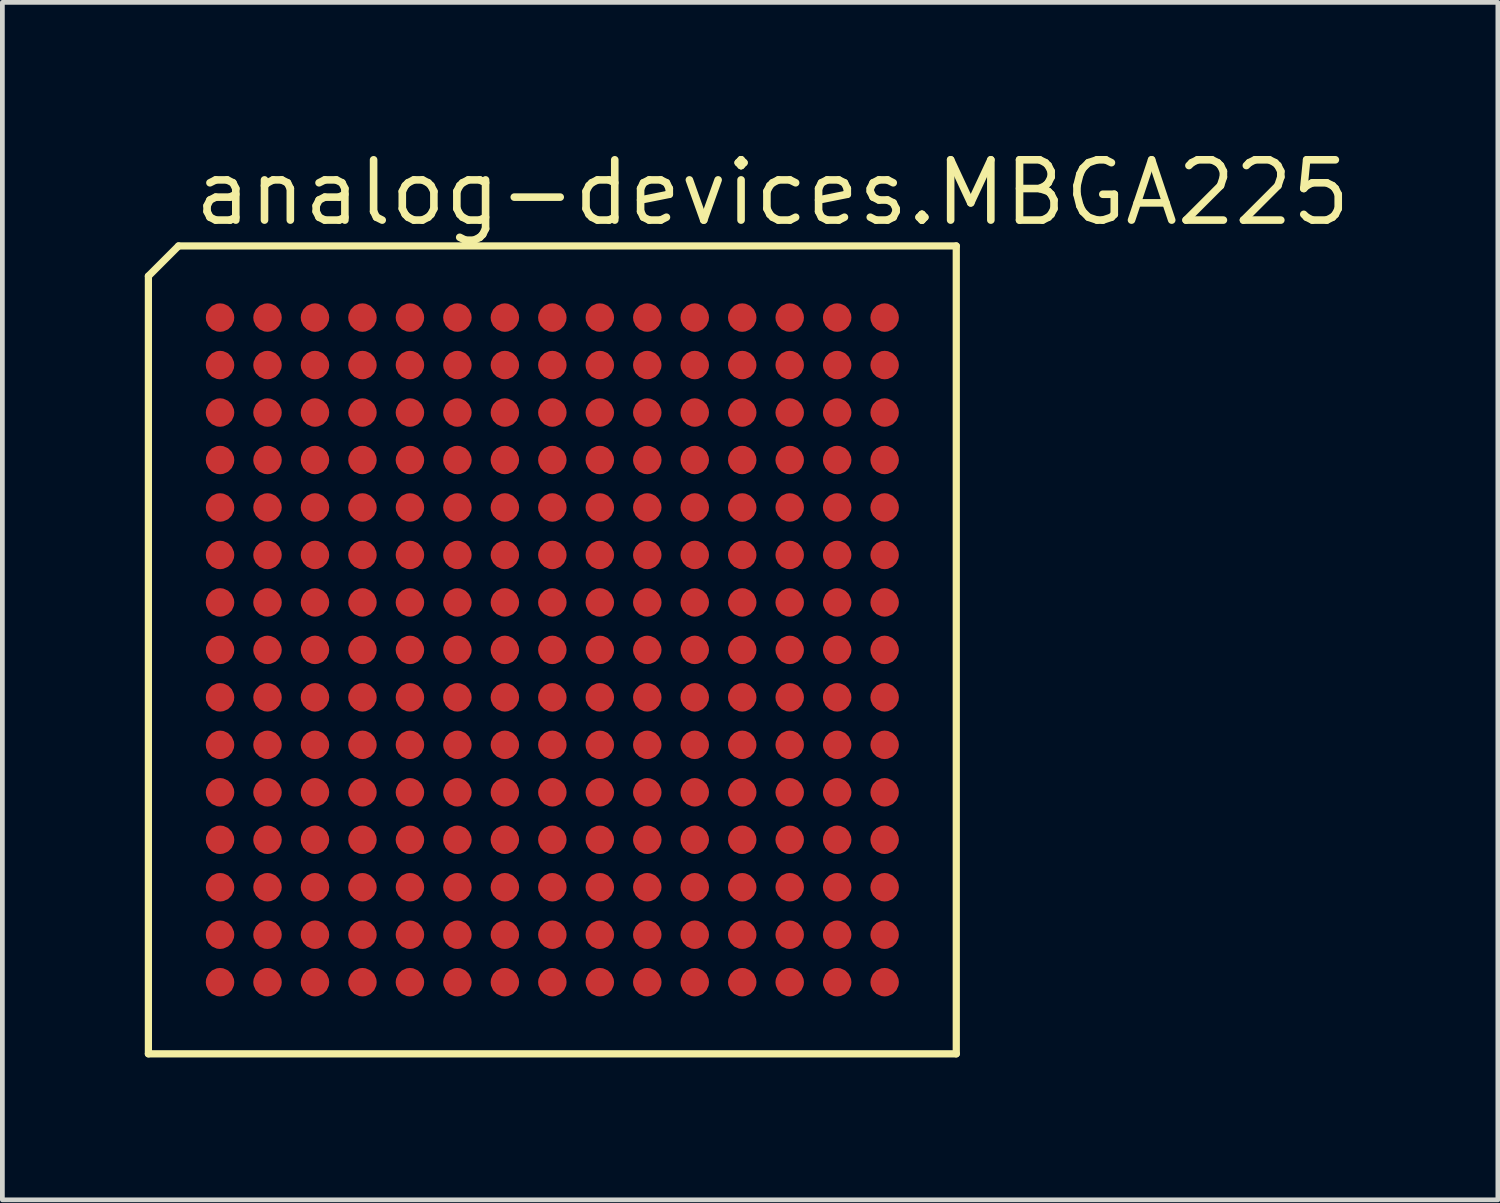
<source format=kicad_pcb>
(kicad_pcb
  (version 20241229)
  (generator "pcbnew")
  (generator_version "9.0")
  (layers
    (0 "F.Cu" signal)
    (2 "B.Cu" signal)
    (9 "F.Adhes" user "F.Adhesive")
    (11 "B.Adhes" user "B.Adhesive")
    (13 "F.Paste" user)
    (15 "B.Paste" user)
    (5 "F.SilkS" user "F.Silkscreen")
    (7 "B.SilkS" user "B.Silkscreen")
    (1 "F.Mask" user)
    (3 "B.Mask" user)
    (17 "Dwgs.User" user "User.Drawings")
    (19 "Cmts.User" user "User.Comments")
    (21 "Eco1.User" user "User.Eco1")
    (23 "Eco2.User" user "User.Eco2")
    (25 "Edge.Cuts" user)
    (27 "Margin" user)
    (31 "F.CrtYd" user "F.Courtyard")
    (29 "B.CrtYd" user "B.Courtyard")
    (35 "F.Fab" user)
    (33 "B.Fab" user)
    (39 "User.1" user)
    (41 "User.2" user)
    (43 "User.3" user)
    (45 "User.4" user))
  (footprint "analog-devices.MBGA225"
    (layer "F.Cu")
    (at 8.585 10.64)
    (property "Reference" "analog-devices.MBGA225" (at -7.62 -8.89 0) (layer "F.SilkS") (effects (font (size 1.27 1.27) (thickness 0.16)) (justify left bottom)))
    (attr smd)
    (fp_line (start -8.509 -7.874) (end -7.874 -8.509) (stroke (width 0.152) (type default)) (layer "F.SilkS"))
    (fp_line (start -8.509 8.509) (end -8.509 -7.874) (stroke (width 0.152) (type default)) (layer "F.SilkS"))
    (fp_line (start -7.874 -8.509) (end 8.509 -8.509) (stroke (width 0.152) (type default)) (layer "F.SilkS"))
    (fp_line (start 8.509 -8.509) (end 8.509 8.509) (stroke (width 0.152) (type default)) (layer "F.SilkS"))
    (fp_line (start 8.509 8.509) (end -8.509 8.509) (stroke (width 0.152) (type default)) (layer "F.SilkS"))
    (pad "A1" smd roundrect (at -7 -7) (size 0.6 0.6) (layers "F.Cu" "F.Mask" "F.Paste") (roundrect_rratio 0.5))
    (pad "A2" smd roundrect (at -6 -7) (size 0.6 0.6) (layers "F.Cu" "F.Mask" "F.Paste") (roundrect_rratio 0.5))
    (pad "A3" smd roundrect (at -5 -7) (size 0.6 0.6) (layers "F.Cu" "F.Mask" "F.Paste") (roundrect_rratio 0.5))
    (pad "A4" smd roundrect (at -4 -7) (size 0.6 0.6) (layers "F.Cu" "F.Mask" "F.Paste") (roundrect_rratio 0.5))
    (pad "A5" smd roundrect (at -3 -7) (size 0.6 0.6) (layers "F.Cu" "F.Mask" "F.Paste") (roundrect_rratio 0.5))
    (pad "A6" smd roundrect (at -2 -7) (size 0.6 0.6) (layers "F.Cu" "F.Mask" "F.Paste") (roundrect_rratio 0.5))
    (pad "A7" smd roundrect (at -1 -7) (size 0.6 0.6) (layers "F.Cu" "F.Mask" "F.Paste") (roundrect_rratio 0.5))
    (pad "A8" smd roundrect (at 0 -7) (size 0.6 0.6) (layers "F.Cu" "F.Mask" "F.Paste") (roundrect_rratio 0.5))
    (pad "A9" smd roundrect (at 1 -7) (size 0.6 0.6) (layers "F.Cu" "F.Mask" "F.Paste") (roundrect_rratio 0.5))
    (pad "A10" smd roundrect (at 2 -7) (size 0.6 0.6) (layers "F.Cu" "F.Mask" "F.Paste") (roundrect_rratio 0.5))
    (pad "A11" smd roundrect (at 3 -7) (size 0.6 0.6) (layers "F.Cu" "F.Mask" "F.Paste") (roundrect_rratio 0.5))
    (pad "A12" smd roundrect (at 4 -7) (size 0.6 0.6) (layers "F.Cu" "F.Mask" "F.Paste") (roundrect_rratio 0.5))
    (pad "A13" smd roundrect (at 5 -7) (size 0.6 0.6) (layers "F.Cu" "F.Mask" "F.Paste") (roundrect_rratio 0.5))
    (pad "A14" smd roundrect (at 6 -7) (size 0.6 0.6) (layers "F.Cu" "F.Mask" "F.Paste") (roundrect_rratio 0.5))
    (pad "A15" smd roundrect (at 7 -7) (size 0.6 0.6) (layers "F.Cu" "F.Mask" "F.Paste") (roundrect_rratio 0.5))
    (pad "B1" smd roundrect (at -7 -6) (size 0.6 0.6) (layers "F.Cu" "F.Mask" "F.Paste") (roundrect_rratio 0.5))
    (pad "B2" smd roundrect (at -6 -6) (size 0.6 0.6) (layers "F.Cu" "F.Mask" "F.Paste") (roundrect_rratio 0.5))
    (pad "B3" smd roundrect (at -5 -6) (size 0.6 0.6) (layers "F.Cu" "F.Mask" "F.Paste") (roundrect_rratio 0.5))
    (pad "B4" smd roundrect (at -4 -6) (size 0.6 0.6) (layers "F.Cu" "F.Mask" "F.Paste") (roundrect_rratio 0.5))
    (pad "B5" smd roundrect (at -3 -6) (size 0.6 0.6) (layers "F.Cu" "F.Mask" "F.Paste") (roundrect_rratio 0.5))
    (pad "B6" smd roundrect (at -2 -6) (size 0.6 0.6) (layers "F.Cu" "F.Mask" "F.Paste") (roundrect_rratio 0.5))
    (pad "B7" smd roundrect (at -1 -6) (size 0.6 0.6) (layers "F.Cu" "F.Mask" "F.Paste") (roundrect_rratio 0.5))
    (pad "B8" smd roundrect (at 0 -6) (size 0.6 0.6) (layers "F.Cu" "F.Mask" "F.Paste") (roundrect_rratio 0.5))
    (pad "B9" smd roundrect (at 1 -6) (size 0.6 0.6) (layers "F.Cu" "F.Mask" "F.Paste") (roundrect_rratio 0.5))
    (pad "B10" smd roundrect (at 2 -6) (size 0.6 0.6) (layers "F.Cu" "F.Mask" "F.Paste") (roundrect_rratio 0.5))
    (pad "B11" smd roundrect (at 3 -6) (size 0.6 0.6) (layers "F.Cu" "F.Mask" "F.Paste") (roundrect_rratio 0.5))
    (pad "B12" smd roundrect (at 4 -6) (size 0.6 0.6) (layers "F.Cu" "F.Mask" "F.Paste") (roundrect_rratio 0.5))
    (pad "B13" smd roundrect (at 5 -6) (size 0.6 0.6) (layers "F.Cu" "F.Mask" "F.Paste") (roundrect_rratio 0.5))
    (pad "B14" smd roundrect (at 6 -6) (size 0.6 0.6) (layers "F.Cu" "F.Mask" "F.Paste") (roundrect_rratio 0.5))
    (pad "B15" smd roundrect (at 7 -6) (size 0.6 0.6) (layers "F.Cu" "F.Mask" "F.Paste") (roundrect_rratio 0.5))
    (pad "C1" smd roundrect (at -7 -5) (size 0.6 0.6) (layers "F.Cu" "F.Mask" "F.Paste") (roundrect_rratio 0.5))
    (pad "C2" smd roundrect (at -6 -5) (size 0.6 0.6) (layers "F.Cu" "F.Mask" "F.Paste") (roundrect_rratio 0.5))
    (pad "C3" smd roundrect (at -5 -5) (size 0.6 0.6) (layers "F.Cu" "F.Mask" "F.Paste") (roundrect_rratio 0.5))
    (pad "C4" smd roundrect (at -4 -5) (size 0.6 0.6) (layers "F.Cu" "F.Mask" "F.Paste") (roundrect_rratio 0.5))
    (pad "C5" smd roundrect (at -3 -5) (size 0.6 0.6) (layers "F.Cu" "F.Mask" "F.Paste") (roundrect_rratio 0.5))
    (pad "C6" smd roundrect (at -2 -5) (size 0.6 0.6) (layers "F.Cu" "F.Mask" "F.Paste") (roundrect_rratio 0.5))
    (pad "C7" smd roundrect (at -1 -5) (size 0.6 0.6) (layers "F.Cu" "F.Mask" "F.Paste") (roundrect_rratio 0.5))
    (pad "C8" smd roundrect (at 0 -5) (size 0.6 0.6) (layers "F.Cu" "F.Mask" "F.Paste") (roundrect_rratio 0.5))
    (pad "C9" smd roundrect (at 1 -5) (size 0.6 0.6) (layers "F.Cu" "F.Mask" "F.Paste") (roundrect_rratio 0.5))
    (pad "C10" smd roundrect (at 2 -5) (size 0.6 0.6) (layers "F.Cu" "F.Mask" "F.Paste") (roundrect_rratio 0.5))
    (pad "C11" smd roundrect (at 3 -5) (size 0.6 0.6) (layers "F.Cu" "F.Mask" "F.Paste") (roundrect_rratio 0.5))
    (pad "C12" smd roundrect (at 4 -5) (size 0.6 0.6) (layers "F.Cu" "F.Mask" "F.Paste") (roundrect_rratio 0.5))
    (pad "C13" smd roundrect (at 5 -5) (size 0.6 0.6) (layers "F.Cu" "F.Mask" "F.Paste") (roundrect_rratio 0.5))
    (pad "C14" smd roundrect (at 6 -5) (size 0.6 0.6) (layers "F.Cu" "F.Mask" "F.Paste") (roundrect_rratio 0.5))
    (pad "C15" smd roundrect (at 7 -5) (size 0.6 0.6) (layers "F.Cu" "F.Mask" "F.Paste") (roundrect_rratio 0.5))
    (pad "D1" smd roundrect (at -7 -4) (size 0.6 0.6) (layers "F.Cu" "F.Mask" "F.Paste") (roundrect_rratio 0.5))
    (pad "D2" smd roundrect (at -6 -4) (size 0.6 0.6) (layers "F.Cu" "F.Mask" "F.Paste") (roundrect_rratio 0.5))
    (pad "D3" smd roundrect (at -5 -4) (size 0.6 0.6) (layers "F.Cu" "F.Mask" "F.Paste") (roundrect_rratio 0.5))
    (pad "D4" smd roundrect (at -4 -4) (size 0.6 0.6) (layers "F.Cu" "F.Mask" "F.Paste") (roundrect_rratio 0.5))
    (pad "D5" smd roundrect (at -3 -4) (size 0.6 0.6) (layers "F.Cu" "F.Mask" "F.Paste") (roundrect_rratio 0.5))
    (pad "D6" smd roundrect (at -2 -4) (size 0.6 0.6) (layers "F.Cu" "F.Mask" "F.Paste") (roundrect_rratio 0.5))
    (pad "D7" smd roundrect (at -1 -4) (size 0.6 0.6) (layers "F.Cu" "F.Mask" "F.Paste") (roundrect_rratio 0.5))
    (pad "D8" smd roundrect (at 0 -4) (size 0.6 0.6) (layers "F.Cu" "F.Mask" "F.Paste") (roundrect_rratio 0.5))
    (pad "D9" smd roundrect (at 1 -4) (size 0.6 0.6) (layers "F.Cu" "F.Mask" "F.Paste") (roundrect_rratio 0.5))
    (pad "D10" smd roundrect (at 2 -4) (size 0.6 0.6) (layers "F.Cu" "F.Mask" "F.Paste") (roundrect_rratio 0.5))
    (pad "D11" smd roundrect (at 3 -4) (size 0.6 0.6) (layers "F.Cu" "F.Mask" "F.Paste") (roundrect_rratio 0.5))
    (pad "D12" smd roundrect (at 4 -4) (size 0.6 0.6) (layers "F.Cu" "F.Mask" "F.Paste") (roundrect_rratio 0.5))
    (pad "D13" smd roundrect (at 5 -4) (size 0.6 0.6) (layers "F.Cu" "F.Mask" "F.Paste") (roundrect_rratio 0.5))
    (pad "D14" smd roundrect (at 6 -4) (size 0.6 0.6) (layers "F.Cu" "F.Mask" "F.Paste") (roundrect_rratio 0.5))
    (pad "D15" smd roundrect (at 7 -4) (size 0.6 0.6) (layers "F.Cu" "F.Mask" "F.Paste") (roundrect_rratio 0.5))
    (pad "E1" smd roundrect (at -7 -3) (size 0.6 0.6) (layers "F.Cu" "F.Mask" "F.Paste") (roundrect_rratio 0.5))
    (pad "E2" smd roundrect (at -6 -3) (size 0.6 0.6) (layers "F.Cu" "F.Mask" "F.Paste") (roundrect_rratio 0.5))
    (pad "E3" smd roundrect (at -5 -3) (size 0.6 0.6) (layers "F.Cu" "F.Mask" "F.Paste") (roundrect_rratio 0.5))
    (pad "E4" smd roundrect (at -4 -3) (size 0.6 0.6) (layers "F.Cu" "F.Mask" "F.Paste") (roundrect_rratio 0.5))
    (pad "E5" smd roundrect (at -3 -3) (size 0.6 0.6) (layers "F.Cu" "F.Mask" "F.Paste") (roundrect_rratio 0.5))
    (pad "E6" smd roundrect (at -2 -3) (size 0.6 0.6) (layers "F.Cu" "F.Mask" "F.Paste") (roundrect_rratio 0.5))
    (pad "E7" smd roundrect (at -1 -3) (size 0.6 0.6) (layers "F.Cu" "F.Mask" "F.Paste") (roundrect_rratio 0.5))
    (pad "E8" smd roundrect (at 0 -3) (size 0.6 0.6) (layers "F.Cu" "F.Mask" "F.Paste") (roundrect_rratio 0.5))
    (pad "E9" smd roundrect (at 1 -3) (size 0.6 0.6) (layers "F.Cu" "F.Mask" "F.Paste") (roundrect_rratio 0.5))
    (pad "E10" smd roundrect (at 2 -3) (size 0.6 0.6) (layers "F.Cu" "F.Mask" "F.Paste") (roundrect_rratio 0.5))
    (pad "E11" smd roundrect (at 3 -3) (size 0.6 0.6) (layers "F.Cu" "F.Mask" "F.Paste") (roundrect_rratio 0.5))
    (pad "E12" smd roundrect (at 4 -3) (size 0.6 0.6) (layers "F.Cu" "F.Mask" "F.Paste") (roundrect_rratio 0.5))
    (pad "E13" smd roundrect (at 5 -3) (size 0.6 0.6) (layers "F.Cu" "F.Mask" "F.Paste") (roundrect_rratio 0.5))
    (pad "E14" smd roundrect (at 6 -3) (size 0.6 0.6) (layers "F.Cu" "F.Mask" "F.Paste") (roundrect_rratio 0.5))
    (pad "E15" smd roundrect (at 7 -3) (size 0.6 0.6) (layers "F.Cu" "F.Mask" "F.Paste") (roundrect_rratio 0.5))
    (pad "F1" smd roundrect (at -7 -2) (size 0.6 0.6) (layers "F.Cu" "F.Mask" "F.Paste") (roundrect_rratio 0.5))
    (pad "F2" smd roundrect (at -6 -2) (size 0.6 0.6) (layers "F.Cu" "F.Mask" "F.Paste") (roundrect_rratio 0.5))
    (pad "F3" smd roundrect (at -5 -2) (size 0.6 0.6) (layers "F.Cu" "F.Mask" "F.Paste") (roundrect_rratio 0.5))
    (pad "F4" smd roundrect (at -4 -2) (size 0.6 0.6) (layers "F.Cu" "F.Mask" "F.Paste") (roundrect_rratio 0.5))
    (pad "F5" smd roundrect (at -3 -2) (size 0.6 0.6) (layers "F.Cu" "F.Mask" "F.Paste") (roundrect_rratio 0.5))
    (pad "F6" smd roundrect (at -2 -2) (size 0.6 0.6) (layers "F.Cu" "F.Mask" "F.Paste") (roundrect_rratio 0.5))
    (pad "F7" smd roundrect (at -1 -2) (size 0.6 0.6) (layers "F.Cu" "F.Mask" "F.Paste") (roundrect_rratio 0.5))
    (pad "F8" smd roundrect (at 0 -2) (size 0.6 0.6) (layers "F.Cu" "F.Mask" "F.Paste") (roundrect_rratio 0.5))
    (pad "F9" smd roundrect (at 1 -2) (size 0.6 0.6) (layers "F.Cu" "F.Mask" "F.Paste") (roundrect_rratio 0.5))
    (pad "F10" smd roundrect (at 2 -2) (size 0.6 0.6) (layers "F.Cu" "F.Mask" "F.Paste") (roundrect_rratio 0.5))
    (pad "F11" smd roundrect (at 3 -2) (size 0.6 0.6) (layers "F.Cu" "F.Mask" "F.Paste") (roundrect_rratio 0.5))
    (pad "F12" smd roundrect (at 4 -2) (size 0.6 0.6) (layers "F.Cu" "F.Mask" "F.Paste") (roundrect_rratio 0.5))
    (pad "F13" smd roundrect (at 5 -2) (size 0.6 0.6) (layers "F.Cu" "F.Mask" "F.Paste") (roundrect_rratio 0.5))
    (pad "F14" smd roundrect (at 6 -2) (size 0.6 0.6) (layers "F.Cu" "F.Mask" "F.Paste") (roundrect_rratio 0.5))
    (pad "F15" smd roundrect (at 7 -2) (size 0.6 0.6) (layers "F.Cu" "F.Mask" "F.Paste") (roundrect_rratio 0.5))
    (pad "G1" smd roundrect (at -7 -1) (size 0.6 0.6) (layers "F.Cu" "F.Mask" "F.Paste") (roundrect_rratio 0.5))
    (pad "G2" smd roundrect (at -6 -1) (size 0.6 0.6) (layers "F.Cu" "F.Mask" "F.Paste") (roundrect_rratio 0.5))
    (pad "G3" smd roundrect (at -5 -1) (size 0.6 0.6) (layers "F.Cu" "F.Mask" "F.Paste") (roundrect_rratio 0.5))
    (pad "G4" smd roundrect (at -4 -1) (size 0.6 0.6) (layers "F.Cu" "F.Mask" "F.Paste") (roundrect_rratio 0.5))
    (pad "G5" smd roundrect (at -3 -1) (size 0.6 0.6) (layers "F.Cu" "F.Mask" "F.Paste") (roundrect_rratio 0.5))
    (pad "G6" smd roundrect (at -2 -1) (size 0.6 0.6) (layers "F.Cu" "F.Mask" "F.Paste") (roundrect_rratio 0.5))
    (pad "G7" smd roundrect (at -1 -1) (size 0.6 0.6) (layers "F.Cu" "F.Mask" "F.Paste") (roundrect_rratio 0.5))
    (pad "G8" smd roundrect (at 0 -1) (size 0.6 0.6) (layers "F.Cu" "F.Mask" "F.Paste") (roundrect_rratio 0.5))
    (pad "G9" smd roundrect (at 1 -1) (size 0.6 0.6) (layers "F.Cu" "F.Mask" "F.Paste") (roundrect_rratio 0.5))
    (pad "G10" smd roundrect (at 2 -1) (size 0.6 0.6) (layers "F.Cu" "F.Mask" "F.Paste") (roundrect_rratio 0.5))
    (pad "G11" smd roundrect (at 3 -1) (size 0.6 0.6) (layers "F.Cu" "F.Mask" "F.Paste") (roundrect_rratio 0.5))
    (pad "G12" smd roundrect (at 4 -1) (size 0.6 0.6) (layers "F.Cu" "F.Mask" "F.Paste") (roundrect_rratio 0.5))
    (pad "G13" smd roundrect (at 5 -1) (size 0.6 0.6) (layers "F.Cu" "F.Mask" "F.Paste") (roundrect_rratio 0.5))
    (pad "G14" smd roundrect (at 6 -1) (size 0.6 0.6) (layers "F.Cu" "F.Mask" "F.Paste") (roundrect_rratio 0.5))
    (pad "G15" smd roundrect (at 7 -1) (size 0.6 0.6) (layers "F.Cu" "F.Mask" "F.Paste") (roundrect_rratio 0.5))
    (pad "H1" smd roundrect (at -7 0) (size 0.6 0.6) (layers "F.Cu" "F.Mask" "F.Paste") (roundrect_rratio 0.5))
    (pad "H2" smd roundrect (at -6 0) (size 0.6 0.6) (layers "F.Cu" "F.Mask" "F.Paste") (roundrect_rratio 0.5))
    (pad "H3" smd roundrect (at -5 0) (size 0.6 0.6) (layers "F.Cu" "F.Mask" "F.Paste") (roundrect_rratio 0.5))
    (pad "H4" smd roundrect (at -4 0) (size 0.6 0.6) (layers "F.Cu" "F.Mask" "F.Paste") (roundrect_rratio 0.5))
    (pad "H5" smd roundrect (at -3 0) (size 0.6 0.6) (layers "F.Cu" "F.Mask" "F.Paste") (roundrect_rratio 0.5))
    (pad "H6" smd roundrect (at -2 0) (size 0.6 0.6) (layers "F.Cu" "F.Mask" "F.Paste") (roundrect_rratio 0.5))
    (pad "H7" smd roundrect (at -1 0) (size 0.6 0.6) (layers "F.Cu" "F.Mask" "F.Paste") (roundrect_rratio 0.5))
    (pad "H8" smd roundrect (at 0 0) (size 0.6 0.6) (layers "F.Cu" "F.Mask" "F.Paste") (roundrect_rratio 0.5))
    (pad "H9" smd roundrect (at 1 0) (size 0.6 0.6) (layers "F.Cu" "F.Mask" "F.Paste") (roundrect_rratio 0.5))
    (pad "H10" smd roundrect (at 2 0) (size 0.6 0.6) (layers "F.Cu" "F.Mask" "F.Paste") (roundrect_rratio 0.5))
    (pad "H11" smd roundrect (at 3 0) (size 0.6 0.6) (layers "F.Cu" "F.Mask" "F.Paste") (roundrect_rratio 0.5))
    (pad "H12" smd roundrect (at 4 0) (size 0.6 0.6) (layers "F.Cu" "F.Mask" "F.Paste") (roundrect_rratio 0.5))
    (pad "H13" smd roundrect (at 5 0) (size 0.6 0.6) (layers "F.Cu" "F.Mask" "F.Paste") (roundrect_rratio 0.5))
    (pad "H14" smd roundrect (at 6 0) (size 0.6 0.6) (layers "F.Cu" "F.Mask" "F.Paste") (roundrect_rratio 0.5))
    (pad "H15" smd roundrect (at 7 0) (size 0.6 0.6) (layers "F.Cu" "F.Mask" "F.Paste") (roundrect_rratio 0.5))
    (pad "J1" smd roundrect (at -7 1) (size 0.6 0.6) (layers "F.Cu" "F.Mask" "F.Paste") (roundrect_rratio 0.5))
    (pad "J2" smd roundrect (at -6 1) (size 0.6 0.6) (layers "F.Cu" "F.Mask" "F.Paste") (roundrect_rratio 0.5))
    (pad "J3" smd roundrect (at -5 1) (size 0.6 0.6) (layers "F.Cu" "F.Mask" "F.Paste") (roundrect_rratio 0.5))
    (pad "J4" smd roundrect (at -4 1) (size 0.6 0.6) (layers "F.Cu" "F.Mask" "F.Paste") (roundrect_rratio 0.5))
    (pad "J5" smd roundrect (at -3 1) (size 0.6 0.6) (layers "F.Cu" "F.Mask" "F.Paste") (roundrect_rratio 0.5))
    (pad "J6" smd roundrect (at -2 1) (size 0.6 0.6) (layers "F.Cu" "F.Mask" "F.Paste") (roundrect_rratio 0.5))
    (pad "J7" smd roundrect (at -1 1) (size 0.6 0.6) (layers "F.Cu" "F.Mask" "F.Paste") (roundrect_rratio 0.5))
    (pad "J8" smd roundrect (at 0 1) (size 0.6 0.6) (layers "F.Cu" "F.Mask" "F.Paste") (roundrect_rratio 0.5))
    (pad "J9" smd roundrect (at 1 1) (size 0.6 0.6) (layers "F.Cu" "F.Mask" "F.Paste") (roundrect_rratio 0.5))
    (pad "J10" smd roundrect (at 2 1) (size 0.6 0.6) (layers "F.Cu" "F.Mask" "F.Paste") (roundrect_rratio 0.5))
    (pad "J11" smd roundrect (at 3 1) (size 0.6 0.6) (layers "F.Cu" "F.Mask" "F.Paste") (roundrect_rratio 0.5))
    (pad "J12" smd roundrect (at 4 1) (size 0.6 0.6) (layers "F.Cu" "F.Mask" "F.Paste") (roundrect_rratio 0.5))
    (pad "J13" smd roundrect (at 5 1) (size 0.6 0.6) (layers "F.Cu" "F.Mask" "F.Paste") (roundrect_rratio 0.5))
    (pad "J14" smd roundrect (at 6 1) (size 0.6 0.6) (layers "F.Cu" "F.Mask" "F.Paste") (roundrect_rratio 0.5))
    (pad "J15" smd roundrect (at 7 1) (size 0.6 0.6) (layers "F.Cu" "F.Mask" "F.Paste") (roundrect_rratio 0.5))
    (pad "K1" smd roundrect (at -7 2) (size 0.6 0.6) (layers "F.Cu" "F.Mask" "F.Paste") (roundrect_rratio 0.5))
    (pad "K2" smd roundrect (at -6 2) (size 0.6 0.6) (layers "F.Cu" "F.Mask" "F.Paste") (roundrect_rratio 0.5))
    (pad "K3" smd roundrect (at -5 2) (size 0.6 0.6) (layers "F.Cu" "F.Mask" "F.Paste") (roundrect_rratio 0.5))
    (pad "K4" smd roundrect (at -4 2) (size 0.6 0.6) (layers "F.Cu" "F.Mask" "F.Paste") (roundrect_rratio 0.5))
    (pad "K5" smd roundrect (at -3 2) (size 0.6 0.6) (layers "F.Cu" "F.Mask" "F.Paste") (roundrect_rratio 0.5))
    (pad "K6" smd roundrect (at -2 2) (size 0.6 0.6) (layers "F.Cu" "F.Mask" "F.Paste") (roundrect_rratio 0.5))
    (pad "K7" smd roundrect (at -1 2) (size 0.6 0.6) (layers "F.Cu" "F.Mask" "F.Paste") (roundrect_rratio 0.5))
    (pad "K8" smd roundrect (at 0 2) (size 0.6 0.6) (layers "F.Cu" "F.Mask" "F.Paste") (roundrect_rratio 0.5))
    (pad "K9" smd roundrect (at 1 2) (size 0.6 0.6) (layers "F.Cu" "F.Mask" "F.Paste") (roundrect_rratio 0.5))
    (pad "K10" smd roundrect (at 2 2) (size 0.6 0.6) (layers "F.Cu" "F.Mask" "F.Paste") (roundrect_rratio 0.5))
    (pad "K11" smd roundrect (at 3 2) (size 0.6 0.6) (layers "F.Cu" "F.Mask" "F.Paste") (roundrect_rratio 0.5))
    (pad "K12" smd roundrect (at 4 2) (size 0.6 0.6) (layers "F.Cu" "F.Mask" "F.Paste") (roundrect_rratio 0.5))
    (pad "K13" smd roundrect (at 5 2) (size 0.6 0.6) (layers "F.Cu" "F.Mask" "F.Paste") (roundrect_rratio 0.5))
    (pad "K14" smd roundrect (at 6 2) (size 0.6 0.6) (layers "F.Cu" "F.Mask" "F.Paste") (roundrect_rratio 0.5))
    (pad "K15" smd roundrect (at 7 2) (size 0.6 0.6) (layers "F.Cu" "F.Mask" "F.Paste") (roundrect_rratio 0.5))
    (pad "L1" smd roundrect (at -7 3) (size 0.6 0.6) (layers "F.Cu" "F.Mask" "F.Paste") (roundrect_rratio 0.5))
    (pad "L2" smd roundrect (at -6 3) (size 0.6 0.6) (layers "F.Cu" "F.Mask" "F.Paste") (roundrect_rratio 0.5))
    (pad "L3" smd roundrect (at -5 3) (size 0.6 0.6) (layers "F.Cu" "F.Mask" "F.Paste") (roundrect_rratio 0.5))
    (pad "L4" smd roundrect (at -4 3) (size 0.6 0.6) (layers "F.Cu" "F.Mask" "F.Paste") (roundrect_rratio 0.5))
    (pad "L5" smd roundrect (at -3 3) (size 0.6 0.6) (layers "F.Cu" "F.Mask" "F.Paste") (roundrect_rratio 0.5))
    (pad "L6" smd roundrect (at -2 3) (size 0.6 0.6) (layers "F.Cu" "F.Mask" "F.Paste") (roundrect_rratio 0.5))
    (pad "L7" smd roundrect (at -1 3) (size 0.6 0.6) (layers "F.Cu" "F.Mask" "F.Paste") (roundrect_rratio 0.5))
    (pad "L8" smd roundrect (at 0 3) (size 0.6 0.6) (layers "F.Cu" "F.Mask" "F.Paste") (roundrect_rratio 0.5))
    (pad "L9" smd roundrect (at 1 3) (size 0.6 0.6) (layers "F.Cu" "F.Mask" "F.Paste") (roundrect_rratio 0.5))
    (pad "L10" smd roundrect (at 2 3) (size 0.6 0.6) (layers "F.Cu" "F.Mask" "F.Paste") (roundrect_rratio 0.5))
    (pad "L11" smd roundrect (at 3 3) (size 0.6 0.6) (layers "F.Cu" "F.Mask" "F.Paste") (roundrect_rratio 0.5))
    (pad "L12" smd roundrect (at 4 3) (size 0.6 0.6) (layers "F.Cu" "F.Mask" "F.Paste") (roundrect_rratio 0.5))
    (pad "L13" smd roundrect (at 5 3) (size 0.6 0.6) (layers "F.Cu" "F.Mask" "F.Paste") (roundrect_rratio 0.5))
    (pad "L14" smd roundrect (at 6 3) (size 0.6 0.6) (layers "F.Cu" "F.Mask" "F.Paste") (roundrect_rratio 0.5))
    (pad "L15" smd roundrect (at 7 3) (size 0.6 0.6) (layers "F.Cu" "F.Mask" "F.Paste") (roundrect_rratio 0.5))
    (pad "M1" smd roundrect (at -7 4) (size 0.6 0.6) (layers "F.Cu" "F.Mask" "F.Paste") (roundrect_rratio 0.5))
    (pad "M2" smd roundrect (at -6 4) (size 0.6 0.6) (layers "F.Cu" "F.Mask" "F.Paste") (roundrect_rratio 0.5))
    (pad "M3" smd roundrect (at -5 4) (size 0.6 0.6) (layers "F.Cu" "F.Mask" "F.Paste") (roundrect_rratio 0.5))
    (pad "M4" smd roundrect (at -4 4) (size 0.6 0.6) (layers "F.Cu" "F.Mask" "F.Paste") (roundrect_rratio 0.5))
    (pad "M5" smd roundrect (at -3 4) (size 0.6 0.6) (layers "F.Cu" "F.Mask" "F.Paste") (roundrect_rratio 0.5))
    (pad "M6" smd roundrect (at -2 4) (size 0.6 0.6) (layers "F.Cu" "F.Mask" "F.Paste") (roundrect_rratio 0.5))
    (pad "M7" smd roundrect (at -1 4) (size 0.6 0.6) (layers "F.Cu" "F.Mask" "F.Paste") (roundrect_rratio 0.5))
    (pad "M8" smd roundrect (at 0 4) (size 0.6 0.6) (layers "F.Cu" "F.Mask" "F.Paste") (roundrect_rratio 0.5))
    (pad "M9" smd roundrect (at 1 4) (size 0.6 0.6) (layers "F.Cu" "F.Mask" "F.Paste") (roundrect_rratio 0.5))
    (pad "M10" smd roundrect (at 2 4) (size 0.6 0.6) (layers "F.Cu" "F.Mask" "F.Paste") (roundrect_rratio 0.5))
    (pad "M11" smd roundrect (at 3 4) (size 0.6 0.6) (layers "F.Cu" "F.Mask" "F.Paste") (roundrect_rratio 0.5))
    (pad "M12" smd roundrect (at 4 4) (size 0.6 0.6) (layers "F.Cu" "F.Mask" "F.Paste") (roundrect_rratio 0.5))
    (pad "M13" smd roundrect (at 5 4) (size 0.6 0.6) (layers "F.Cu" "F.Mask" "F.Paste") (roundrect_rratio 0.5))
    (pad "M14" smd roundrect (at 6 4) (size 0.6 0.6) (layers "F.Cu" "F.Mask" "F.Paste") (roundrect_rratio 0.5))
    (pad "M15" smd roundrect (at 7 4) (size 0.6 0.6) (layers "F.Cu" "F.Mask" "F.Paste") (roundrect_rratio 0.5))
    (pad "N1" smd roundrect (at -7 5) (size 0.6 0.6) (layers "F.Cu" "F.Mask" "F.Paste") (roundrect_rratio 0.5))
    (pad "N2" smd roundrect (at -6 5) (size 0.6 0.6) (layers "F.Cu" "F.Mask" "F.Paste") (roundrect_rratio 0.5))
    (pad "N3" smd roundrect (at -5 5) (size 0.6 0.6) (layers "F.Cu" "F.Mask" "F.Paste") (roundrect_rratio 0.5))
    (pad "N4" smd roundrect (at -4 5) (size 0.6 0.6) (layers "F.Cu" "F.Mask" "F.Paste") (roundrect_rratio 0.5))
    (pad "N5" smd roundrect (at -3 5) (size 0.6 0.6) (layers "F.Cu" "F.Mask" "F.Paste") (roundrect_rratio 0.5))
    (pad "N6" smd roundrect (at -2 5) (size 0.6 0.6) (layers "F.Cu" "F.Mask" "F.Paste") (roundrect_rratio 0.5))
    (pad "N7" smd roundrect (at -1 5) (size 0.6 0.6) (layers "F.Cu" "F.Mask" "F.Paste") (roundrect_rratio 0.5))
    (pad "N8" smd roundrect (at 0 5) (size 0.6 0.6) (layers "F.Cu" "F.Mask" "F.Paste") (roundrect_rratio 0.5))
    (pad "N9" smd roundrect (at 1 5) (size 0.6 0.6) (layers "F.Cu" "F.Mask" "F.Paste") (roundrect_rratio 0.5))
    (pad "N10" smd roundrect (at 2 5) (size 0.6 0.6) (layers "F.Cu" "F.Mask" "F.Paste") (roundrect_rratio 0.5))
    (pad "N11" smd roundrect (at 3 5) (size 0.6 0.6) (layers "F.Cu" "F.Mask" "F.Paste") (roundrect_rratio 0.5))
    (pad "N12" smd roundrect (at 4 5) (size 0.6 0.6) (layers "F.Cu" "F.Mask" "F.Paste") (roundrect_rratio 0.5))
    (pad "N13" smd roundrect (at 5 5) (size 0.6 0.6) (layers "F.Cu" "F.Mask" "F.Paste") (roundrect_rratio 0.5))
    (pad "N14" smd roundrect (at 6 5) (size 0.6 0.6) (layers "F.Cu" "F.Mask" "F.Paste") (roundrect_rratio 0.5))
    (pad "N15" smd roundrect (at 7 5) (size 0.6 0.6) (layers "F.Cu" "F.Mask" "F.Paste") (roundrect_rratio 0.5))
    (pad "P1" smd roundrect (at -7 6) (size 0.6 0.6) (layers "F.Cu" "F.Mask" "F.Paste") (roundrect_rratio 0.5))
    (pad "P2" smd roundrect (at -6 6) (size 0.6 0.6) (layers "F.Cu" "F.Mask" "F.Paste") (roundrect_rratio 0.5))
    (pad "P3" smd roundrect (at -5 6) (size 0.6 0.6) (layers "F.Cu" "F.Mask" "F.Paste") (roundrect_rratio 0.5))
    (pad "P4" smd roundrect (at -4 6) (size 0.6 0.6) (layers "F.Cu" "F.Mask" "F.Paste") (roundrect_rratio 0.5))
    (pad "P5" smd roundrect (at -3 6) (size 0.6 0.6) (layers "F.Cu" "F.Mask" "F.Paste") (roundrect_rratio 0.5))
    (pad "P6" smd roundrect (at -2 6) (size 0.6 0.6) (layers "F.Cu" "F.Mask" "F.Paste") (roundrect_rratio 0.5))
    (pad "P7" smd roundrect (at -1 6) (size 0.6 0.6) (layers "F.Cu" "F.Mask" "F.Paste") (roundrect_rratio 0.5))
    (pad "P8" smd roundrect (at 0 6) (size 0.6 0.6) (layers "F.Cu" "F.Mask" "F.Paste") (roundrect_rratio 0.5))
    (pad "P9" smd roundrect (at 1 6) (size 0.6 0.6) (layers "F.Cu" "F.Mask" "F.Paste") (roundrect_rratio 0.5))
    (pad "P10" smd roundrect (at 2 6) (size 0.6 0.6) (layers "F.Cu" "F.Mask" "F.Paste") (roundrect_rratio 0.5))
    (pad "P11" smd roundrect (at 3 6) (size 0.6 0.6) (layers "F.Cu" "F.Mask" "F.Paste") (roundrect_rratio 0.5))
    (pad "P12" smd roundrect (at 4 6) (size 0.6 0.6) (layers "F.Cu" "F.Mask" "F.Paste") (roundrect_rratio 0.5))
    (pad "P13" smd roundrect (at 5 6) (size 0.6 0.6) (layers "F.Cu" "F.Mask" "F.Paste") (roundrect_rratio 0.5))
    (pad "P14" smd roundrect (at 6 6) (size 0.6 0.6) (layers "F.Cu" "F.Mask" "F.Paste") (roundrect_rratio 0.5))
    (pad "P15" smd roundrect (at 7 6) (size 0.6 0.6) (layers "F.Cu" "F.Mask" "F.Paste") (roundrect_rratio 0.5))
    (pad "R1" smd roundrect (at -7 7) (size 0.6 0.6) (layers "F.Cu" "F.Mask" "F.Paste") (roundrect_rratio 0.5))
    (pad "R2" smd roundrect (at -6 7) (size 0.6 0.6) (layers "F.Cu" "F.Mask" "F.Paste") (roundrect_rratio 0.5))
    (pad "R3" smd roundrect (at -5 7) (size 0.6 0.6) (layers "F.Cu" "F.Mask" "F.Paste") (roundrect_rratio 0.5))
    (pad "R4" smd roundrect (at -4 7) (size 0.6 0.6) (layers "F.Cu" "F.Mask" "F.Paste") (roundrect_rratio 0.5))
    (pad "R5" smd roundrect (at -3 7) (size 0.6 0.6) (layers "F.Cu" "F.Mask" "F.Paste") (roundrect_rratio 0.5))
    (pad "R6" smd roundrect (at -2 7) (size 0.6 0.6) (layers "F.Cu" "F.Mask" "F.Paste") (roundrect_rratio 0.5))
    (pad "R7" smd roundrect (at -1 7) (size 0.6 0.6) (layers "F.Cu" "F.Mask" "F.Paste") (roundrect_rratio 0.5))
    (pad "R8" smd roundrect (at 0 7) (size 0.6 0.6) (layers "F.Cu" "F.Mask" "F.Paste") (roundrect_rratio 0.5))
    (pad "R9" smd roundrect (at 1 7) (size 0.6 0.6) (layers "F.Cu" "F.Mask" "F.Paste") (roundrect_rratio 0.5))
    (pad "R10" smd roundrect (at 2 7) (size 0.6 0.6) (layers "F.Cu" "F.Mask" "F.Paste") (roundrect_rratio 0.5))
    (pad "R11" smd roundrect (at 3 7) (size 0.6 0.6) (layers "F.Cu" "F.Mask" "F.Paste") (roundrect_rratio 0.5))
    (pad "R12" smd roundrect (at 4 7) (size 0.6 0.6) (layers "F.Cu" "F.Mask" "F.Paste") (roundrect_rratio 0.5))
    (pad "R13" smd roundrect (at 5 7) (size 0.6 0.6) (layers "F.Cu" "F.Mask" "F.Paste") (roundrect_rratio 0.5))
    (pad "R14" smd roundrect (at 6 7) (size 0.6 0.6) (layers "F.Cu" "F.Mask" "F.Paste") (roundrect_rratio 0.5))
    (pad "R15" smd roundrect (at 7 7) (size 0.6 0.6) (layers "F.Cu" "F.Mask" "F.Paste") (roundrect_rratio 0.5)))
  (gr_rect
    (start -3 -3)
    (end 28.503 22.225)
    (stroke (width 0.1) (type default))
    (fill no)
    (layer "Edge.Cuts")))
</source>
